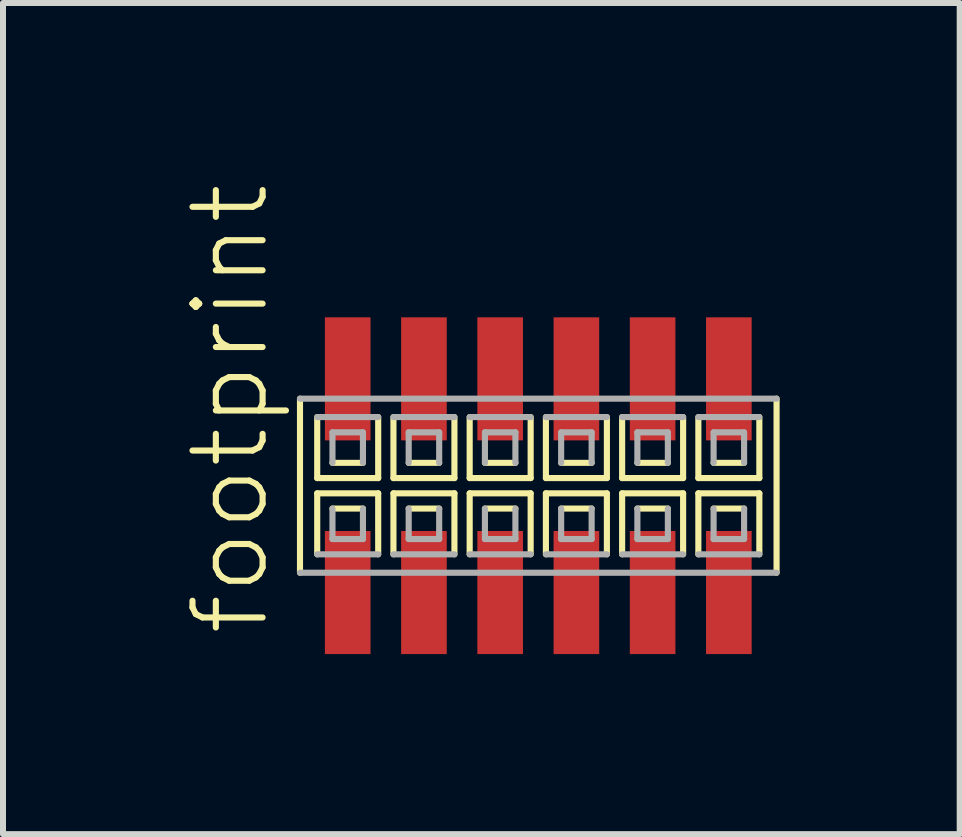
<source format=kicad_pcb>
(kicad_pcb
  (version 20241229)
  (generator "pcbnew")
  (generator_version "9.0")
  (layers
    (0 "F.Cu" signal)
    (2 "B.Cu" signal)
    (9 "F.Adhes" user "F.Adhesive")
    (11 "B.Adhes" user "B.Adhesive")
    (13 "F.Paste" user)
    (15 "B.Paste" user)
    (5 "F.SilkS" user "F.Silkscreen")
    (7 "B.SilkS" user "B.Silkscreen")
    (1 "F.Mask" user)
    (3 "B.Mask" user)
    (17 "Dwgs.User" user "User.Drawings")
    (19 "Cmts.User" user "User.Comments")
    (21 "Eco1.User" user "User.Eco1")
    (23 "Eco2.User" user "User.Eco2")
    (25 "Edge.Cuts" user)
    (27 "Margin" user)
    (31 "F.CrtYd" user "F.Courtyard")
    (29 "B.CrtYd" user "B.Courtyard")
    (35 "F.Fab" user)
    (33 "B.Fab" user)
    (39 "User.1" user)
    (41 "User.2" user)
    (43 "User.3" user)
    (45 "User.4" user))
  (footprint "footprint"
    (layer "F.Cu")
    (at 5.918 5.042)
    (property "Reference" "footprint" (at -4.445 2.54 90) (layer "F.SilkS") (effects (font (size 1.168 1.168) (thickness 0.102)) (justify left bottom)))
    (fp_line (start -3.97 -1.45) (end -3.97 1.45) (stroke (width 0.102) (type solid)) (layer "F.SilkS"))
    (fp_line (start -3.683 -1.143) (end -3.683 -0.127) (stroke (width 0.102) (type solid)) (layer "F.SilkS"))
    (fp_line (start -3.683 -0.127) (end -2.667 -0.127) (stroke (width 0.102) (type solid)) (layer "F.SilkS"))
    (fp_line (start -3.683 0.127) (end -3.683 1.143) (stroke (width 0.102) (type solid)) (layer "F.SilkS"))
    (fp_line (start -3.429 -0.381) (end -2.921 -0.381) (stroke (width 0.102) (type solid)) (layer "F.SilkS"))
    (fp_line (start -2.921 0.381) (end -3.429 0.381) (stroke (width 0.102) (type solid)) (layer "F.SilkS"))
    (fp_line (start -2.667 -0.127) (end -2.667 -1.143) (stroke (width 0.102) (type solid)) (layer "F.SilkS"))
    (fp_line (start -2.667 0.127) (end -3.683 0.127) (stroke (width 0.102) (type solid)) (layer "F.SilkS"))
    (fp_line (start -2.667 1.143) (end -2.667 0.127) (stroke (width 0.102) (type solid)) (layer "F.SilkS"))
    (fp_line (start -2.413 -1.143) (end -2.413 -0.127) (stroke (width 0.102) (type solid)) (layer "F.SilkS"))
    (fp_line (start -2.413 -0.127) (end -1.397 -0.127) (stroke (width 0.102) (type solid)) (layer "F.SilkS"))
    (fp_line (start -2.413 0.127) (end -2.413 1.143) (stroke (width 0.102) (type solid)) (layer "F.SilkS"))
    (fp_line (start -2.159 -0.381) (end -1.651 -0.381) (stroke (width 0.102) (type solid)) (layer "F.SilkS"))
    (fp_line (start -1.651 0.381) (end -2.159 0.381) (stroke (width 0.102) (type solid)) (layer "F.SilkS"))
    (fp_line (start -1.397 -0.127) (end -1.397 -1.143) (stroke (width 0.102) (type solid)) (layer "F.SilkS"))
    (fp_line (start -1.397 0.127) (end -2.413 0.127) (stroke (width 0.102) (type solid)) (layer "F.SilkS"))
    (fp_line (start -1.397 1.143) (end -1.397 0.127) (stroke (width 0.102) (type solid)) (layer "F.SilkS"))
    (fp_line (start -1.143 -1.143) (end -1.143 -0.127) (stroke (width 0.102) (type solid)) (layer "F.SilkS"))
    (fp_line (start -1.143 -0.127) (end -0.127 -0.127) (stroke (width 0.102) (type solid)) (layer "F.SilkS"))
    (fp_line (start -1.143 0.127) (end -1.143 1.143) (stroke (width 0.102) (type solid)) (layer "F.SilkS"))
    (fp_line (start -0.889 -0.381) (end -0.381 -0.381) (stroke (width 0.102) (type solid)) (layer "F.SilkS"))
    (fp_line (start -0.381 0.381) (end -0.889 0.381) (stroke (width 0.102) (type solid)) (layer "F.SilkS"))
    (fp_line (start -0.127 -0.127) (end -0.127 -1.143) (stroke (width 0.102) (type solid)) (layer "F.SilkS"))
    (fp_line (start -0.127 0.127) (end -1.143 0.127) (stroke (width 0.102) (type solid)) (layer "F.SilkS"))
    (fp_line (start -0.127 1.143) (end -0.127 0.127) (stroke (width 0.102) (type solid)) (layer "F.SilkS"))
    (fp_line (start 0.127 -1.143) (end 0.127 -0.127) (stroke (width 0.102) (type solid)) (layer "F.SilkS"))
    (fp_line (start 0.127 -0.127) (end 1.143 -0.127) (stroke (width 0.102) (type solid)) (layer "F.SilkS"))
    (fp_line (start 0.127 0.127) (end 0.127 1.143) (stroke (width 0.102) (type solid)) (layer "F.SilkS"))
    (fp_line (start 0.381 -0.381) (end 0.889 -0.381) (stroke (width 0.102) (type solid)) (layer "F.SilkS"))
    (fp_line (start 0.889 0.381) (end 0.381 0.381) (stroke (width 0.102) (type solid)) (layer "F.SilkS"))
    (fp_line (start 1.143 -0.127) (end 1.143 -1.143) (stroke (width 0.102) (type solid)) (layer "F.SilkS"))
    (fp_line (start 1.143 0.127) (end 0.127 0.127) (stroke (width 0.102) (type solid)) (layer "F.SilkS"))
    (fp_line (start 1.143 1.143) (end 1.143 0.127) (stroke (width 0.102) (type solid)) (layer "F.SilkS"))
    (fp_line (start 1.397 -1.143) (end 1.397 -0.127) (stroke (width 0.102) (type solid)) (layer "F.SilkS"))
    (fp_line (start 1.397 -0.127) (end 2.413 -0.127) (stroke (width 0.102) (type solid)) (layer "F.SilkS"))
    (fp_line (start 1.397 0.127) (end 1.397 1.143) (stroke (width 0.102) (type solid)) (layer "F.SilkS"))
    (fp_line (start 1.651 -0.381) (end 2.159 -0.381) (stroke (width 0.102) (type solid)) (layer "F.SilkS"))
    (fp_line (start 2.159 0.381) (end 1.651 0.381) (stroke (width 0.102) (type solid)) (layer "F.SilkS"))
    (fp_line (start 2.413 -0.127) (end 2.413 -1.143) (stroke (width 0.102) (type solid)) (layer "F.SilkS"))
    (fp_line (start 2.413 0.127) (end 1.397 0.127) (stroke (width 0.102) (type solid)) (layer "F.SilkS"))
    (fp_line (start 2.413 1.143) (end 2.413 0.127) (stroke (width 0.102) (type solid)) (layer "F.SilkS"))
    (fp_line (start 2.667 -1.143) (end 2.667 -0.127) (stroke (width 0.102) (type solid)) (layer "F.SilkS"))
    (fp_line (start 2.667 -0.127) (end 3.683 -0.127) (stroke (width 0.102) (type solid)) (layer "F.SilkS"))
    (fp_line (start 2.667 0.127) (end 2.667 1.143) (stroke (width 0.102) (type solid)) (layer "F.SilkS"))
    (fp_line (start 2.921 -0.381) (end 3.429 -0.381) (stroke (width 0.102) (type solid)) (layer "F.SilkS"))
    (fp_line (start 3.429 0.381) (end 2.921 0.381) (stroke (width 0.102) (type solid)) (layer "F.SilkS"))
    (fp_line (start 3.683 -0.127) (end 3.683 -1.143) (stroke (width 0.102) (type solid)) (layer "F.SilkS"))
    (fp_line (start 3.683 0.127) (end 2.667 0.127) (stroke (width 0.102) (type solid)) (layer "F.SilkS"))
    (fp_line (start 3.683 1.143) (end 3.683 0.127) (stroke (width 0.102) (type solid)) (layer "F.SilkS"))
    (fp_line (start 3.97 1.45) (end 3.97 -1.45) (stroke (width 0.102) (type solid)) (layer "F.SilkS"))
    (fp_line (start -3.97 1.45) (end 3.97 1.45) (stroke (width 0.102) (type solid)) (layer "F.Fab"))
    (fp_line (start -3.683 1.143) (end -2.667 1.143) (stroke (width 0.102) (type solid)) (layer "F.Fab"))
    (fp_line (start -3.429 -0.889) (end -3.429 -0.381) (stroke (width 0.102) (type solid)) (layer "F.Fab"))
    (fp_line (start -3.429 0.381) (end -3.429 0.889) (stroke (width 0.102) (type solid)) (layer "F.Fab"))
    (fp_line (start -3.429 0.889) (end -2.921 0.889) (stroke (width 0.102) (type solid)) (layer "F.Fab"))
    (fp_line (start -2.921 -0.889) (end -3.429 -0.889) (stroke (width 0.102) (type solid)) (layer "F.Fab"))
    (fp_line (start -2.921 -0.381) (end -2.921 -0.889) (stroke (width 0.102) (type solid)) (layer "F.Fab"))
    (fp_line (start -2.921 0.889) (end -2.921 0.381) (stroke (width 0.102) (type solid)) (layer "F.Fab"))
    (fp_line (start -2.667 -1.143) (end -3.683 -1.143) (stroke (width 0.102) (type solid)) (layer "F.Fab"))
    (fp_line (start -2.413 1.143) (end -1.397 1.143) (stroke (width 0.102) (type solid)) (layer "F.Fab"))
    (fp_line (start -2.159 -0.889) (end -2.159 -0.381) (stroke (width 0.102) (type solid)) (layer "F.Fab"))
    (fp_line (start -2.159 0.381) (end -2.159 0.889) (stroke (width 0.102) (type solid)) (layer "F.Fab"))
    (fp_line (start -2.159 0.889) (end -1.651 0.889) (stroke (width 0.102) (type solid)) (layer "F.Fab"))
    (fp_line (start -1.651 -0.889) (end -2.159 -0.889) (stroke (width 0.102) (type solid)) (layer "F.Fab"))
    (fp_line (start -1.651 -0.381) (end -1.651 -0.889) (stroke (width 0.102) (type solid)) (layer "F.Fab"))
    (fp_line (start -1.651 0.889) (end -1.651 0.381) (stroke (width 0.102) (type solid)) (layer "F.Fab"))
    (fp_line (start -1.397 -1.143) (end -2.413 -1.143) (stroke (width 0.102) (type solid)) (layer "F.Fab"))
    (fp_line (start -1.143 1.143) (end -0.127 1.143) (stroke (width 0.102) (type solid)) (layer "F.Fab"))
    (fp_line (start -0.889 -0.889) (end -0.889 -0.381) (stroke (width 0.102) (type solid)) (layer "F.Fab"))
    (fp_line (start -0.889 0.381) (end -0.889 0.889) (stroke (width 0.102) (type solid)) (layer "F.Fab"))
    (fp_line (start -0.889 0.889) (end -0.381 0.889) (stroke (width 0.102) (type solid)) (layer "F.Fab"))
    (fp_line (start -0.381 -0.889) (end -0.889 -0.889) (stroke (width 0.102) (type solid)) (layer "F.Fab"))
    (fp_line (start -0.381 -0.381) (end -0.381 -0.889) (stroke (width 0.102) (type solid)) (layer "F.Fab"))
    (fp_line (start -0.381 0.889) (end -0.381 0.381) (stroke (width 0.102) (type solid)) (layer "F.Fab"))
    (fp_line (start -0.127 -1.143) (end -1.143 -1.143) (stroke (width 0.102) (type solid)) (layer "F.Fab"))
    (fp_line (start 0.127 1.143) (end 1.143 1.143) (stroke (width 0.102) (type solid)) (layer "F.Fab"))
    (fp_line (start 0.381 -0.889) (end 0.381 -0.381) (stroke (width 0.102) (type solid)) (layer "F.Fab"))
    (fp_line (start 0.381 0.381) (end 0.381 0.889) (stroke (width 0.102) (type solid)) (layer "F.Fab"))
    (fp_line (start 0.381 0.889) (end 0.889 0.889) (stroke (width 0.102) (type solid)) (layer "F.Fab"))
    (fp_line (start 0.889 -0.889) (end 0.381 -0.889) (stroke (width 0.102) (type solid)) (layer "F.Fab"))
    (fp_line (start 0.889 -0.381) (end 0.889 -0.889) (stroke (width 0.102) (type solid)) (layer "F.Fab"))
    (fp_line (start 0.889 0.889) (end 0.889 0.381) (stroke (width 0.102) (type solid)) (layer "F.Fab"))
    (fp_line (start 1.143 -1.143) (end 0.127 -1.143) (stroke (width 0.102) (type solid)) (layer "F.Fab"))
    (fp_line (start 1.397 1.143) (end 2.413 1.143) (stroke (width 0.102) (type solid)) (layer "F.Fab"))
    (fp_line (start 1.651 -0.889) (end 1.651 -0.381) (stroke (width 0.102) (type solid)) (layer "F.Fab"))
    (fp_line (start 1.651 0.381) (end 1.651 0.889) (stroke (width 0.102) (type solid)) (layer "F.Fab"))
    (fp_line (start 1.651 0.889) (end 2.159 0.889) (stroke (width 0.102) (type solid)) (layer "F.Fab"))
    (fp_line (start 2.159 -0.889) (end 1.651 -0.889) (stroke (width 0.102) (type solid)) (layer "F.Fab"))
    (fp_line (start 2.159 -0.381) (end 2.159 -0.889) (stroke (width 0.102) (type solid)) (layer "F.Fab"))
    (fp_line (start 2.159 0.889) (end 2.159 0.381) (stroke (width 0.102) (type solid)) (layer "F.Fab"))
    (fp_line (start 2.413 -1.143) (end 1.397 -1.143) (stroke (width 0.102) (type solid)) (layer "F.Fab"))
    (fp_line (start 2.667 1.143) (end 3.683 1.143) (stroke (width 0.102) (type solid)) (layer "F.Fab"))
    (fp_line (start 2.921 -0.889) (end 2.921 -0.381) (stroke (width 0.102) (type solid)) (layer "F.Fab"))
    (fp_line (start 2.921 0.381) (end 2.921 0.889) (stroke (width 0.102) (type solid)) (layer "F.Fab"))
    (fp_line (start 2.921 0.889) (end 3.429 0.889) (stroke (width 0.102) (type solid)) (layer "F.Fab"))
    (fp_line (start 3.429 -0.889) (end 2.921 -0.889) (stroke (width 0.102) (type solid)) (layer "F.Fab"))
    (fp_line (start 3.429 -0.381) (end 3.429 -0.889) (stroke (width 0.102) (type solid)) (layer "F.Fab"))
    (fp_line (start 3.429 0.889) (end 3.429 0.381) (stroke (width 0.102) (type solid)) (layer "F.Fab"))
    (fp_line (start 3.683 -1.143) (end 2.667 -1.143) (stroke (width 0.102) (type solid)) (layer "F.Fab"))
    (fp_line (start 3.97 -1.45) (end -3.97 -1.45) (stroke (width 0.102) (type solid)) (layer "F.Fab"))
    (pad "1" smd rect (at -3.175 1.78) (size 0.76 2.05) (layers "F.Cu" "F.Mask" "F.Paste"))
    (pad "2" smd rect (at -3.175 -1.78) (size 0.76 2.05) (layers "F.Cu" "F.Mask" "F.Paste"))
    (pad "3" smd rect (at -1.905 1.78) (size 0.76 2.05) (layers "F.Cu" "F.Mask" "F.Paste"))
    (pad "4" smd rect (at -1.905 -1.78) (size 0.76 2.05) (layers "F.Cu" "F.Mask" "F.Paste"))
    (pad "5" smd rect (at -0.635 1.78) (size 0.76 2.05) (layers "F.Cu" "F.Mask" "F.Paste"))
    (pad "6" smd rect (at -0.635 -1.78) (size 0.76 2.05) (layers "F.Cu" "F.Mask" "F.Paste"))
    (pad "7" smd rect (at 0.635 1.78) (size 0.76 2.05) (layers "F.Cu" "F.Mask" "F.Paste"))
    (pad "8" smd rect (at 0.635 -1.78) (size 0.76 2.05) (layers "F.Cu" "F.Mask" "F.Paste"))
    (pad "9" smd rect (at 1.905 1.78) (size 0.76 2.05) (layers "F.Cu" "F.Mask" "F.Paste"))
    (pad "10" smd rect (at 1.905 -1.78) (size 0.76 2.05) (layers "F.Cu" "F.Mask" "F.Paste"))
    (pad "11" smd rect (at 3.175 1.78) (size 0.76 2.05) (layers "F.Cu" "F.Mask" "F.Paste"))
    (pad "12" smd rect (at 3.175 -1.78) (size 0.76 2.05) (layers "F.Cu" "F.Mask" "F.Paste")))
  (gr_rect
    (start -3 -3)
    (end 12.939 10.847)
    (stroke (width 0.1) (type default))
    (fill no)
    (layer "Edge.Cuts")))
</source>
